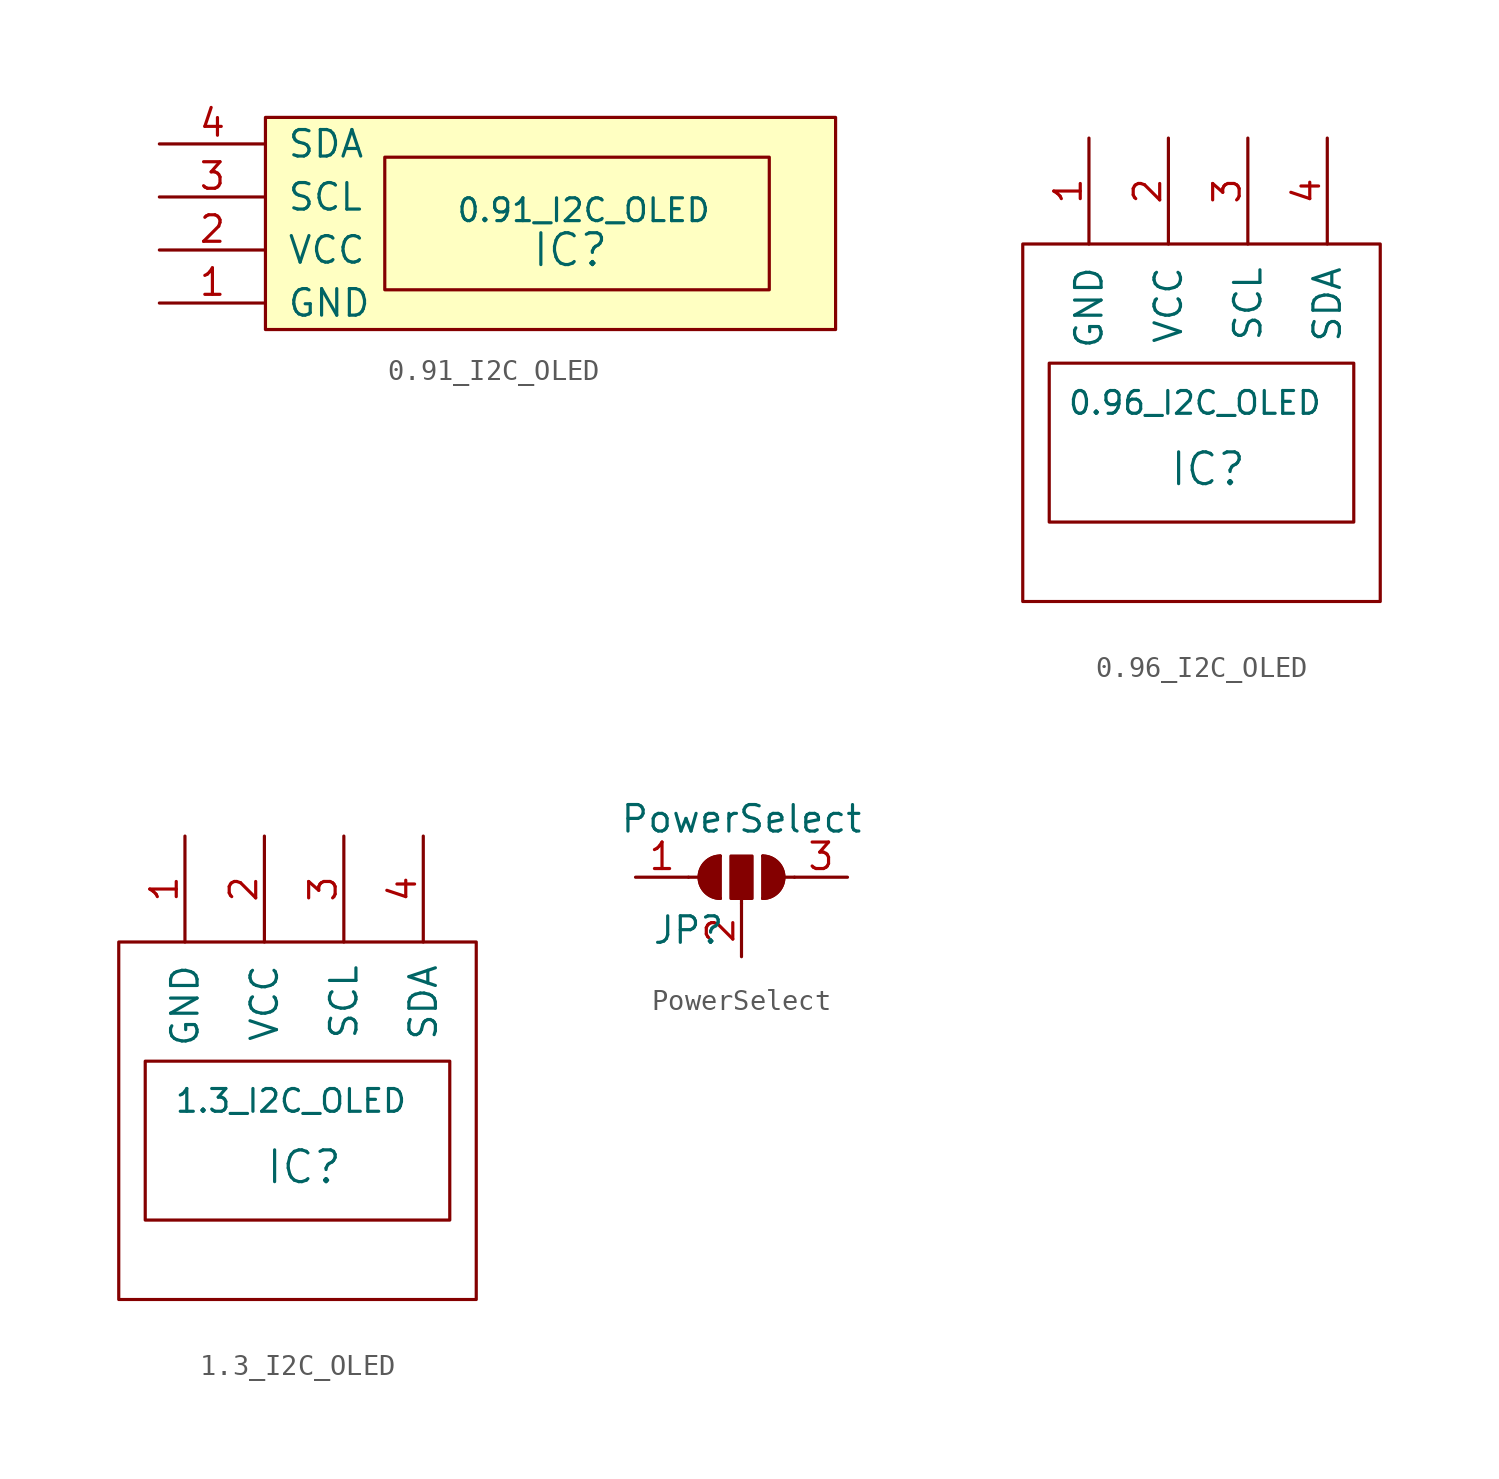
<source format=kicad_sym>
(kicad_symbol_lib
  (version 20231120)
  (generator "kicad_symbol_editor")
  (generator_version "8.0")
  (symbol "0.91_I2C_OLED"
    (pin_names
      (offset 1.016))
    (property "Reference" "IC"
      (at 1.27 -4.445 0)
      (effects (font (size 1.524 1.524))))
    (property "Value" "0.91_I2C_OLED"
      (at 1.905 -2.54 0)
      (effects (font (size 1.092 1.092))))
    (symbol "0.91_I2C_OLED_0_1"
      (rectangle (start -13.335 1.905) (end 13.97 -8.255) (stroke (width 0) (type solid)) (fill (type background)))
      (rectangle (start 10.795 0) (end -7.62 -6.35) (stroke (width 0) (type solid)) (fill (type none))))
    (symbol "0.91_I2C_OLED_1_1"
      (pin power_in line (at -18.415 -6.985 0) (length 5.08) (name "GND" (effects (font (size 1.27 1.27)))) (number "1" (effects (font (size 1.27 1.27)))))
      (pin power_in line (at -18.415 -4.445 0) (length 5.08) (name "VCC" (effects (font (size 1.27 1.27)))) (number "2" (effects (font (size 1.27 1.27)))))
      (pin bidirectional line (at -18.415 -1.905 0) (length 5.08) (name "SCL" (effects (font (size 1.27 1.27)))) (number "3" (effects (font (size 1.27 1.27)))))
      (pin bidirectional line (at -18.415 0.635 0) (length 5.08) (name "SDA" (effects (font (size 1.27 1.27)))) (number "4" (effects (font (size 1.27 1.27)))))))
  (symbol "0.96_I2C_OLED"
    (pin_names
      (offset 1.016))
    (property "Reference" "IC"
      (at 0 -4.445 0)
      (effects (font (size 1.524 1.524))))
    (property "Value" "0.96_I2C_OLED"
      (at -0.635 -1.27 0)
      (effects (font (size 1.092 1.092))))
    (symbol "0.96_I2C_OLED_0_1"
      (rectangle (start -8.89 6.35) (end 8.255 -10.795) (stroke (width 0) (type solid)) (fill (type none)))
      (rectangle (start -7.62 0.635) (end 6.985 -6.985) (stroke (width 0) (type solid)) (fill (type none))))
    (symbol "0.96_I2C_OLED_1_1"
      (pin power_in line (at -5.715 11.43 270) (length 5.08) (name "GND" (effects (font (size 1.27 1.27)))) (number "1" (effects (font (size 1.27 1.27)))))
      (pin power_in line (at -1.905 11.43 270) (length 5.08) (name "VCC" (effects (font (size 1.27 1.27)))) (number "2" (effects (font (size 1.27 1.27)))))
      (pin bidirectional line (at 1.905 11.43 270) (length 5.08) (name "SCL" (effects (font (size 1.27 1.27)))) (number "3" (effects (font (size 1.27 1.27)))))
      (pin bidirectional line (at 5.715 11.43 270) (length 5.08) (name "SDA" (effects (font (size 1.27 1.27)))) (number "4" (effects (font (size 1.27 1.27)))))))
  (symbol "1.3_I2C_OLED"
    (pin_names
      (offset 1.016))
    (property "Reference" "IC"
      (at 0 -4.445 0)
      (effects (font (size 1.524 1.524))))
    (property "Value" "1.3_I2C_OLED"
      (at -0.635 -1.27 0)
      (effects (font (size 1.092 1.092))))
    (symbol "1.3_I2C_OLED_0_1"
      (rectangle (start -8.89 6.35) (end 8.255 -10.795) (stroke (width 0) (type solid)) (fill (type none)))
      (rectangle (start -7.62 0.635) (end 6.985 -6.985) (stroke (width 0) (type solid)) (fill (type none))))
    (symbol "1.3_I2C_OLED_1_1"
      (pin power_in line (at -5.715 11.43 270) (length 5.08) (name "GND" (effects (font (size 1.27 1.27)))) (number "1" (effects (font (size 1.27 1.27)))))
      (pin power_in line (at -1.905 11.43 270) (length 5.08) (name "VCC" (effects (font (size 1.27 1.27)))) (number "2" (effects (font (size 1.27 1.27)))))
      (pin bidirectional line (at 1.905 11.43 270) (length 5.08) (name "SCL" (effects (font (size 1.27 1.27)))) (number "3" (effects (font (size 1.27 1.27)))))
      (pin bidirectional line (at 5.715 11.43 270) (length 5.08) (name "SDA" (effects (font (size 1.27 1.27)))) (number "4" (effects (font (size 1.27 1.27)))))))
  (symbol "PowerSelect"
    (pin_names
      (offset 0) hide)
    (property "Reference" "JP"
      (at -2.54 -2.54 0)
      (effects (font (size 1.27 1.27))))
    (property "Value" "PowerSelect"
      (at 0 2.794 0)
      (effects (font (size 1.27 1.27))))
    (symbol "PowerSelect_0_1"
      (arc (start -1.016 1.016) (mid -2.032 0) (end -1.016 -1.016) (stroke (width 0) (type solid)) (fill (type none)))
      (arc (start -1.016 1.016) (mid -2.032 0) (end -1.016 -1.016) (stroke (width 0) (type solid)) (fill (type outline)))
      (rectangle (start -0.508 1.016) (end 0.508 -1.016) (stroke (width 0) (type solid)) (fill (type outline)))
      (polyline (pts (xy -2.54 0) (xy -2.032 0)) (stroke (width 0) (type solid)) (fill (type none)))
      (polyline (pts (xy -1.016 1.016) (xy -1.016 -1.016)) (stroke (width 0) (type solid)) (fill (type none)))
      (polyline (pts (xy 0 -1.27) (xy 0 -1.016)) (stroke (width 0) (type solid)) (fill (type none)))
      (polyline (pts (xy 1.016 1.016) (xy 1.016 -1.016)) (stroke (width 0) (type solid)) (fill (type none)))
      (polyline (pts (xy 2.54 0) (xy 2.032 0)) (stroke (width 0) (type solid)) (fill (type none)))
      (arc (start 1.016 -1.016) (mid 2.032 0) (end 1.016 1.016) (stroke (width 0) (type solid)) (fill (type none)))
      (arc (start 1.016 -1.016) (mid 2.032 0) (end 1.016 1.016) (stroke (width 0) (type solid)) (fill (type outline))))
    (symbol "PowerSelect_1_1"
      (pin power_in line (at -5.08 0 0) (length 2.54) (name "A" (effects (font (size 1.27 1.27)))) (number "1" (effects (font (size 1.27 1.27)))))
      (pin power_out line (at 0 -3.81 90) (length 2.54) (name "C" (effects (font (size 1.27 1.27)))) (number "2" (effects (font (size 1.27 1.27)))))
      (pin power_in line (at 5.08 0 180) (length 2.54) (name "B" (effects (font (size 1.27 1.27)))) (number "3" (effects (font (size 1.27 1.27))))))))
</source>
